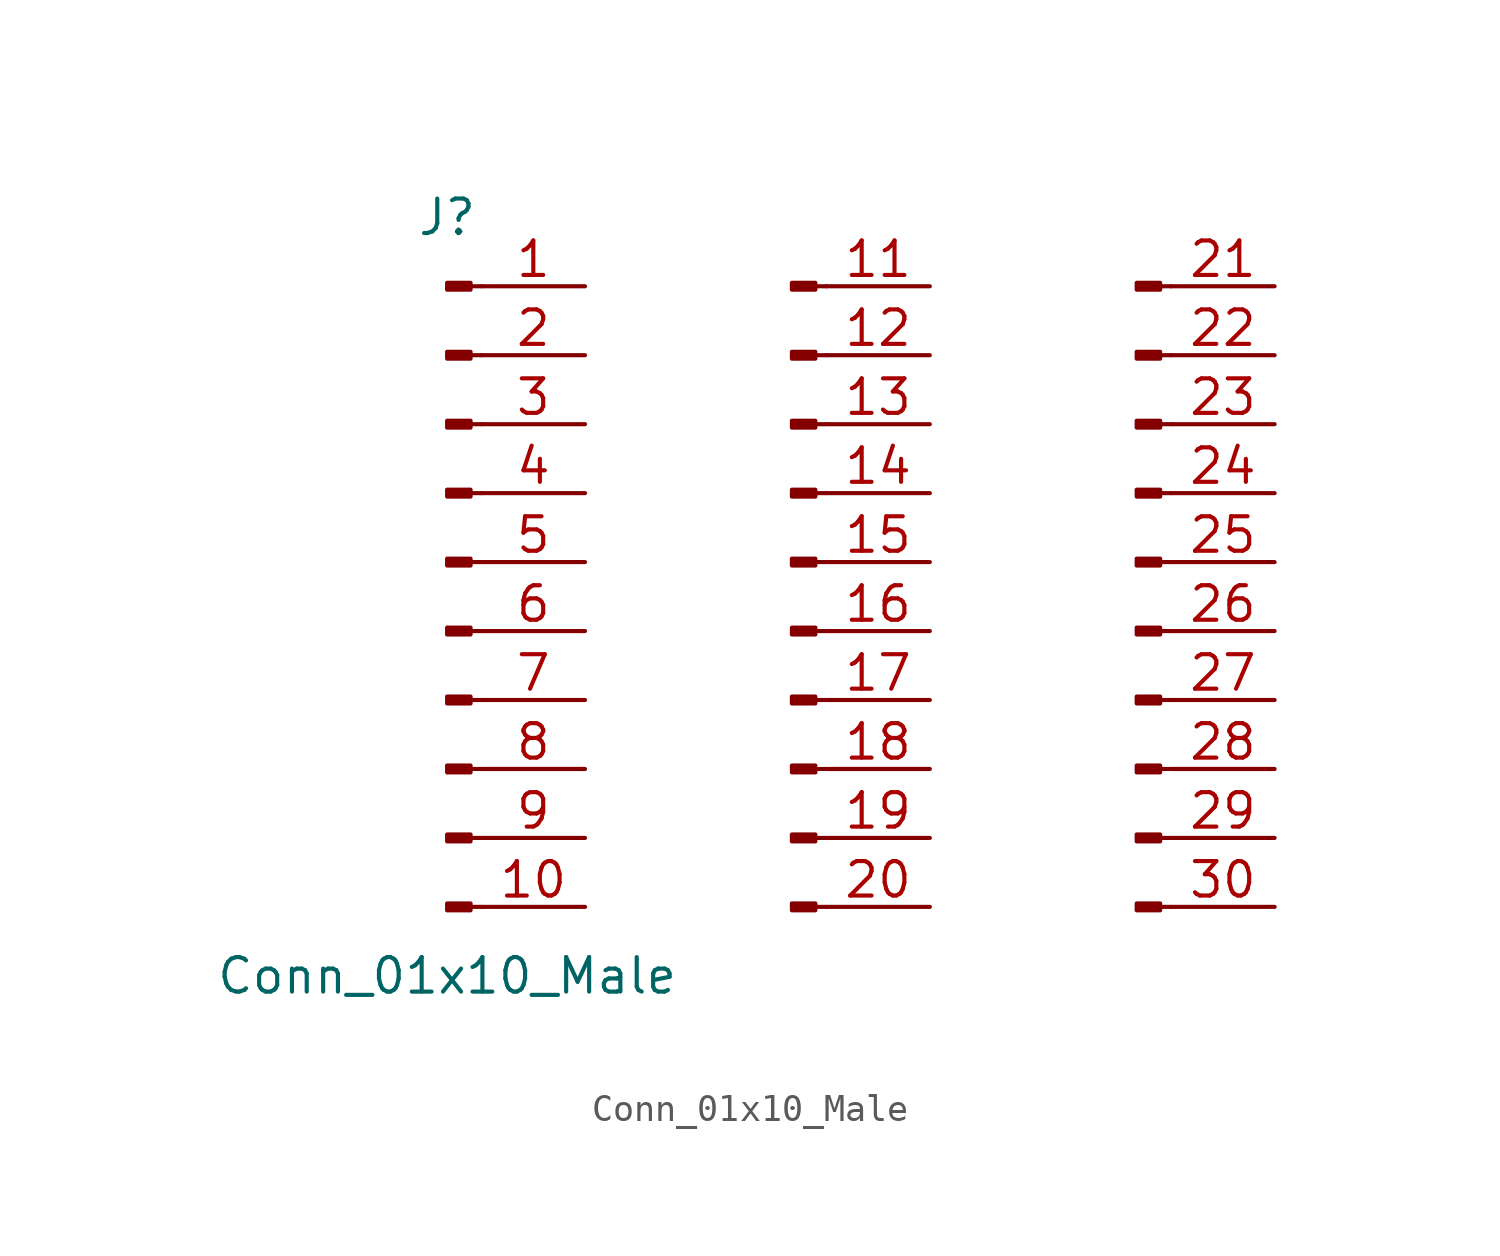
<source format=kicad_sym>
(kicad_symbol_lib
  (version 20211014)
  (generator kicad_symbol_editor)
  (symbol "Conn_01x10_Male"
    (pin_names
      (offset 1.016) hide)
    (property "Reference" "J"
      (at 0 12.7 0)
      (effects (font (size 1.27 1.27))))
    (property "Value" "Conn_01x10_Male"
      (at 0 -15.24 0)
      (effects (font (size 1.27 1.27))))
    (symbol "Conn_01x10_Male_1_1"
      (polyline (pts (xy 1.27 -12.7) (xy 0.864 -12.7)) (stroke (width 0.152) (type default) (color 0 0 0 0)) (fill (type none)))
      (polyline (pts (xy 1.27 -10.16) (xy 0.864 -10.16)) (stroke (width 0.152) (type default) (color 0 0 0 0)) (fill (type none)))
      (polyline (pts (xy 1.27 -7.62) (xy 0.864 -7.62)) (stroke (width 0.152) (type default) (color 0 0 0 0)) (fill (type none)))
      (polyline (pts (xy 1.27 -5.08) (xy 0.864 -5.08)) (stroke (width 0.152) (type default) (color 0 0 0 0)) (fill (type none)))
      (polyline (pts (xy 1.27 -2.54) (xy 0.864 -2.54)) (stroke (width 0.152) (type default) (color 0 0 0 0)) (fill (type none)))
      (polyline (pts (xy 1.27 0) (xy 0.864 0)) (stroke (width 0.152) (type default) (color 0 0 0 0)) (fill (type none)))
      (polyline (pts (xy 1.27 2.54) (xy 0.864 2.54)) (stroke (width 0.152) (type default) (color 0 0 0 0)) (fill (type none)))
      (polyline (pts (xy 1.27 5.08) (xy 0.864 5.08)) (stroke (width 0.152) (type default) (color 0 0 0 0)) (fill (type none)))
      (polyline (pts (xy 1.27 7.62) (xy 0.864 7.62)) (stroke (width 0.152) (type default) (color 0 0 0 0)) (fill (type none)))
      (polyline (pts (xy 1.27 10.16) (xy 0.864 10.16)) (stroke (width 0.152) (type default) (color 0 0 0 0)) (fill (type none)))
      (polyline (pts (xy 13.97 -12.7) (xy 13.564 -12.7)) (stroke (width 0.152) (type default) (color 0 0 0 0)) (fill (type none)))
      (polyline (pts (xy 13.97 -10.16) (xy 13.564 -10.16)) (stroke (width 0.152) (type default) (color 0 0 0 0)) (fill (type none)))
      (polyline (pts (xy 13.97 -7.62) (xy 13.564 -7.62)) (stroke (width 0.152) (type default) (color 0 0 0 0)) (fill (type none)))
      (polyline (pts (xy 13.97 -5.08) (xy 13.564 -5.08)) (stroke (width 0.152) (type default) (color 0 0 0 0)) (fill (type none)))
      (polyline (pts (xy 13.97 -2.54) (xy 13.564 -2.54)) (stroke (width 0.152) (type default) (color 0 0 0 0)) (fill (type none)))
      (polyline (pts (xy 13.97 0) (xy 13.564 0)) (stroke (width 0.152) (type default) (color 0 0 0 0)) (fill (type none)))
      (polyline (pts (xy 13.97 2.54) (xy 13.564 2.54)) (stroke (width 0.152) (type default) (color 0 0 0 0)) (fill (type none)))
      (polyline (pts (xy 13.97 5.08) (xy 13.564 5.08)) (stroke (width 0.152) (type default) (color 0 0 0 0)) (fill (type none)))
      (polyline (pts (xy 13.97 7.62) (xy 13.564 7.62)) (stroke (width 0.152) (type default) (color 0 0 0 0)) (fill (type none)))
      (polyline (pts (xy 13.97 10.16) (xy 13.564 10.16)) (stroke (width 0.152) (type default) (color 0 0 0 0)) (fill (type none)))
      (polyline (pts (xy 26.67 -12.7) (xy 26.264 -12.7)) (stroke (width 0.152) (type default) (color 0 0 0 0)) (fill (type none)))
      (polyline (pts (xy 26.67 -10.16) (xy 26.264 -10.16)) (stroke (width 0.152) (type default) (color 0 0 0 0)) (fill (type none)))
      (polyline (pts (xy 26.67 -7.62) (xy 26.264 -7.62)) (stroke (width 0.152) (type default) (color 0 0 0 0)) (fill (type none)))
      (polyline (pts (xy 26.67 -5.08) (xy 26.264 -5.08)) (stroke (width 0.152) (type default) (color 0 0 0 0)) (fill (type none)))
      (polyline (pts (xy 26.67 -2.54) (xy 26.264 -2.54)) (stroke (width 0.152) (type default) (color 0 0 0 0)) (fill (type none)))
      (polyline (pts (xy 26.67 0) (xy 26.264 0)) (stroke (width 0.152) (type default) (color 0 0 0 0)) (fill (type none)))
      (polyline (pts (xy 26.67 2.54) (xy 26.264 2.54)) (stroke (width 0.152) (type default) (color 0 0 0 0)) (fill (type none)))
      (polyline (pts (xy 26.67 5.08) (xy 26.264 5.08)) (stroke (width 0.152) (type default) (color 0 0 0 0)) (fill (type none)))
      (polyline (pts (xy 26.67 7.62) (xy 26.264 7.62)) (stroke (width 0.152) (type default) (color 0 0 0 0)) (fill (type none)))
      (polyline (pts (xy 26.67 10.16) (xy 26.264 10.16)) (stroke (width 0.152) (type default) (color 0 0 0 0)) (fill (type none)))
      (rectangle (start 0.864 -12.573) (end 0 -12.827) (stroke (width 0.152) (type default) (color 0 0 0 0)) (fill (type outline)))
      (rectangle (start 0.864 -10.033) (end 0 -10.287) (stroke (width 0.152) (type default) (color 0 0 0 0)) (fill (type outline)))
      (rectangle (start 0.864 -7.493) (end 0 -7.747) (stroke (width 0.152) (type default) (color 0 0 0 0)) (fill (type outline)))
      (rectangle (start 0.864 -4.953) (end 0 -5.207) (stroke (width 0.152) (type default) (color 0 0 0 0)) (fill (type outline)))
      (rectangle (start 0.864 -2.413) (end 0 -2.667) (stroke (width 0.152) (type default) (color 0 0 0 0)) (fill (type outline)))
      (rectangle (start 0.864 0.127) (end 0 -0.127) (stroke (width 0.152) (type default) (color 0 0 0 0)) (fill (type outline)))
      (rectangle (start 0.864 2.667) (end 0 2.413) (stroke (width 0.152) (type default) (color 0 0 0 0)) (fill (type outline)))
      (rectangle (start 0.864 5.207) (end 0 4.953) (stroke (width 0.152) (type default) (color 0 0 0 0)) (fill (type outline)))
      (rectangle (start 0.864 7.747) (end 0 7.493) (stroke (width 0.152) (type default) (color 0 0 0 0)) (fill (type outline)))
      (rectangle (start 0.864 10.287) (end 0 10.033) (stroke (width 0.152) (type default) (color 0 0 0 0)) (fill (type outline)))
      (rectangle (start 13.564 -12.573) (end 12.7 -12.827) (stroke (width 0.152) (type default) (color 0 0 0 0)) (fill (type outline)))
      (rectangle (start 13.564 -10.033) (end 12.7 -10.287) (stroke (width 0.152) (type default) (color 0 0 0 0)) (fill (type outline)))
      (rectangle (start 13.564 -7.493) (end 12.7 -7.747) (stroke (width 0.152) (type default) (color 0 0 0 0)) (fill (type outline)))
      (rectangle (start 13.564 -4.953) (end 12.7 -5.207) (stroke (width 0.152) (type default) (color 0 0 0 0)) (fill (type outline)))
      (rectangle (start 13.564 -2.413) (end 12.7 -2.667) (stroke (width 0.152) (type default) (color 0 0 0 0)) (fill (type outline)))
      (rectangle (start 13.564 0.127) (end 12.7 -0.127) (stroke (width 0.152) (type default) (color 0 0 0 0)) (fill (type outline)))
      (rectangle (start 13.564 2.667) (end 12.7 2.413) (stroke (width 0.152) (type default) (color 0 0 0 0)) (fill (type outline)))
      (rectangle (start 13.564 5.207) (end 12.7 4.953) (stroke (width 0.152) (type default) (color 0 0 0 0)) (fill (type outline)))
      (rectangle (start 13.564 7.747) (end 12.7 7.493) (stroke (width 0.152) (type default) (color 0 0 0 0)) (fill (type outline)))
      (rectangle (start 13.564 10.287) (end 12.7 10.033) (stroke (width 0.152) (type default) (color 0 0 0 0)) (fill (type outline)))
      (rectangle (start 26.264 -12.573) (end 25.4 -12.827) (stroke (width 0.152) (type default) (color 0 0 0 0)) (fill (type outline)))
      (rectangle (start 26.264 -10.033) (end 25.4 -10.287) (stroke (width 0.152) (type default) (color 0 0 0 0)) (fill (type outline)))
      (rectangle (start 26.264 -7.493) (end 25.4 -7.747) (stroke (width 0.152) (type default) (color 0 0 0 0)) (fill (type outline)))
      (rectangle (start 26.264 -4.953) (end 25.4 -5.207) (stroke (width 0.152) (type default) (color 0 0 0 0)) (fill (type outline)))
      (rectangle (start 26.264 -2.413) (end 25.4 -2.667) (stroke (width 0.152) (type default) (color 0 0 0 0)) (fill (type outline)))
      (rectangle (start 26.264 0.127) (end 25.4 -0.127) (stroke (width 0.152) (type default) (color 0 0 0 0)) (fill (type outline)))
      (rectangle (start 26.264 2.667) (end 25.4 2.413) (stroke (width 0.152) (type default) (color 0 0 0 0)) (fill (type outline)))
      (rectangle (start 26.264 5.207) (end 25.4 4.953) (stroke (width 0.152) (type default) (color 0 0 0 0)) (fill (type outline)))
      (rectangle (start 26.264 7.747) (end 25.4 7.493) (stroke (width 0.152) (type default) (color 0 0 0 0)) (fill (type outline)))
      (rectangle (start 26.264 10.287) (end 25.4 10.033) (stroke (width 0.152) (type default) (color 0 0 0 0)) (fill (type outline)))
      (pin passive line (at 5.08 10.16 180) (length 3.81) (name "Pin_1" (effects (font (size 1.27 1.27)))) (number "1" (effects (font (size 1.27 1.27)))))
      (pin passive line (at 5.08 -12.7 180) (length 3.81) (name "Pin_10" (effects (font (size 1.27 1.27)))) (number "10" (effects (font (size 1.27 1.27)))))
      (pin passive line (at 17.78 10.16 180) (length 3.81) (name "Pin_11" (effects (font (size 1.27 1.27)))) (number "11" (effects (font (size 1.27 1.27)))))
      (pin passive line (at 17.78 7.62 180) (length 3.81) (name "Pin_12" (effects (font (size 1.27 1.27)))) (number "12" (effects (font (size 1.27 1.27)))))
      (pin passive line (at 17.78 5.08 180) (length 3.81) (name "Pin_13" (effects (font (size 1.27 1.27)))) (number "13" (effects (font (size 1.27 1.27)))))
      (pin passive line (at 17.78 2.54 180) (length 3.81) (name "Pin_14" (effects (font (size 1.27 1.27)))) (number "14" (effects (font (size 1.27 1.27)))))
      (pin passive line (at 17.78 0 180) (length 3.81) (name "Pin_15" (effects (font (size 1.27 1.27)))) (number "15" (effects (font (size 1.27 1.27)))))
      (pin passive line (at 17.78 -2.54 180) (length 3.81) (name "Pin_16" (effects (font (size 1.27 1.27)))) (number "16" (effects (font (size 1.27 1.27)))))
      (pin passive line (at 17.78 -5.08 180) (length 3.81) (name "Pin_17" (effects (font (size 1.27 1.27)))) (number "17" (effects (font (size 1.27 1.27)))))
      (pin passive line (at 17.78 -7.62 180) (length 3.81) (name "Pin_18" (effects (font (size 1.27 1.27)))) (number "18" (effects (font (size 1.27 1.27)))))
      (pin passive line (at 17.78 -10.16 180) (length 3.81) (name "Pin_19" (effects (font (size 1.27 1.27)))) (number "19" (effects (font (size 1.27 1.27)))))
      (pin passive line (at 5.08 7.62 180) (length 3.81) (name "Pin_2" (effects (font (size 1.27 1.27)))) (number "2" (effects (font (size 1.27 1.27)))))
      (pin passive line (at 17.78 -12.7 180) (length 3.81) (name "Pin_20" (effects (font (size 1.27 1.27)))) (number "20" (effects (font (size 1.27 1.27)))))
      (pin passive line (at 30.48 10.16 180) (length 3.81) (name "Pin_21" (effects (font (size 1.27 1.27)))) (number "21" (effects (font (size 1.27 1.27)))))
      (pin passive line (at 30.48 7.62 180) (length 3.81) (name "Pin_22" (effects (font (size 1.27 1.27)))) (number "22" (effects (font (size 1.27 1.27)))))
      (pin passive line (at 30.48 5.08 180) (length 3.81) (name "Pin_23" (effects (font (size 1.27 1.27)))) (number "23" (effects (font (size 1.27 1.27)))))
      (pin passive line (at 30.48 2.54 180) (length 3.81) (name "Pin_24" (effects (font (size 1.27 1.27)))) (number "24" (effects (font (size 1.27 1.27)))))
      (pin passive line (at 30.48 0 180) (length 3.81) (name "Pin_25" (effects (font (size 1.27 1.27)))) (number "25" (effects (font (size 1.27 1.27)))))
      (pin passive line (at 30.48 -2.54 180) (length 3.81) (name "Pin_26" (effects (font (size 1.27 1.27)))) (number "26" (effects (font (size 1.27 1.27)))))
      (pin passive line (at 30.48 -5.08 180) (length 3.81) (name "Pin_27" (effects (font (size 1.27 1.27)))) (number "27" (effects (font (size 1.27 1.27)))))
      (pin passive line (at 30.48 -7.62 180) (length 3.81) (name "Pin_28" (effects (font (size 1.27 1.27)))) (number "28" (effects (font (size 1.27 1.27)))))
      (pin passive line (at 30.48 -10.16 180) (length 3.81) (name "Pin_29" (effects (font (size 1.27 1.27)))) (number "29" (effects (font (size 1.27 1.27)))))
      (pin passive line (at 5.08 5.08 180) (length 3.81) (name "Pin_3" (effects (font (size 1.27 1.27)))) (number "3" (effects (font (size 1.27 1.27)))))
      (pin passive line (at 30.48 -12.7 180) (length 3.81) (name "Pin_30" (effects (font (size 1.27 1.27)))) (number "30" (effects (font (size 1.27 1.27)))))
      (pin passive line (at 5.08 2.54 180) (length 3.81) (name "Pin_4" (effects (font (size 1.27 1.27)))) (number "4" (effects (font (size 1.27 1.27)))))
      (pin passive line (at 5.08 0 180) (length 3.81) (name "Pin_5" (effects (font (size 1.27 1.27)))) (number "5" (effects (font (size 1.27 1.27)))))
      (pin passive line (at 5.08 -2.54 180) (length 3.81) (name "Pin_6" (effects (font (size 1.27 1.27)))) (number "6" (effects (font (size 1.27 1.27)))))
      (pin passive line (at 5.08 -5.08 180) (length 3.81) (name "Pin_7" (effects (font (size 1.27 1.27)))) (number "7" (effects (font (size 1.27 1.27)))))
      (pin passive line (at 5.08 -7.62 180) (length 3.81) (name "Pin_8" (effects (font (size 1.27 1.27)))) (number "8" (effects (font (size 1.27 1.27)))))
      (pin passive line (at 5.08 -10.16 180) (length 3.81) (name "Pin_9" (effects (font (size 1.27 1.27)))) (number "9" (effects (font (size 1.27 1.27))))))))
</source>
